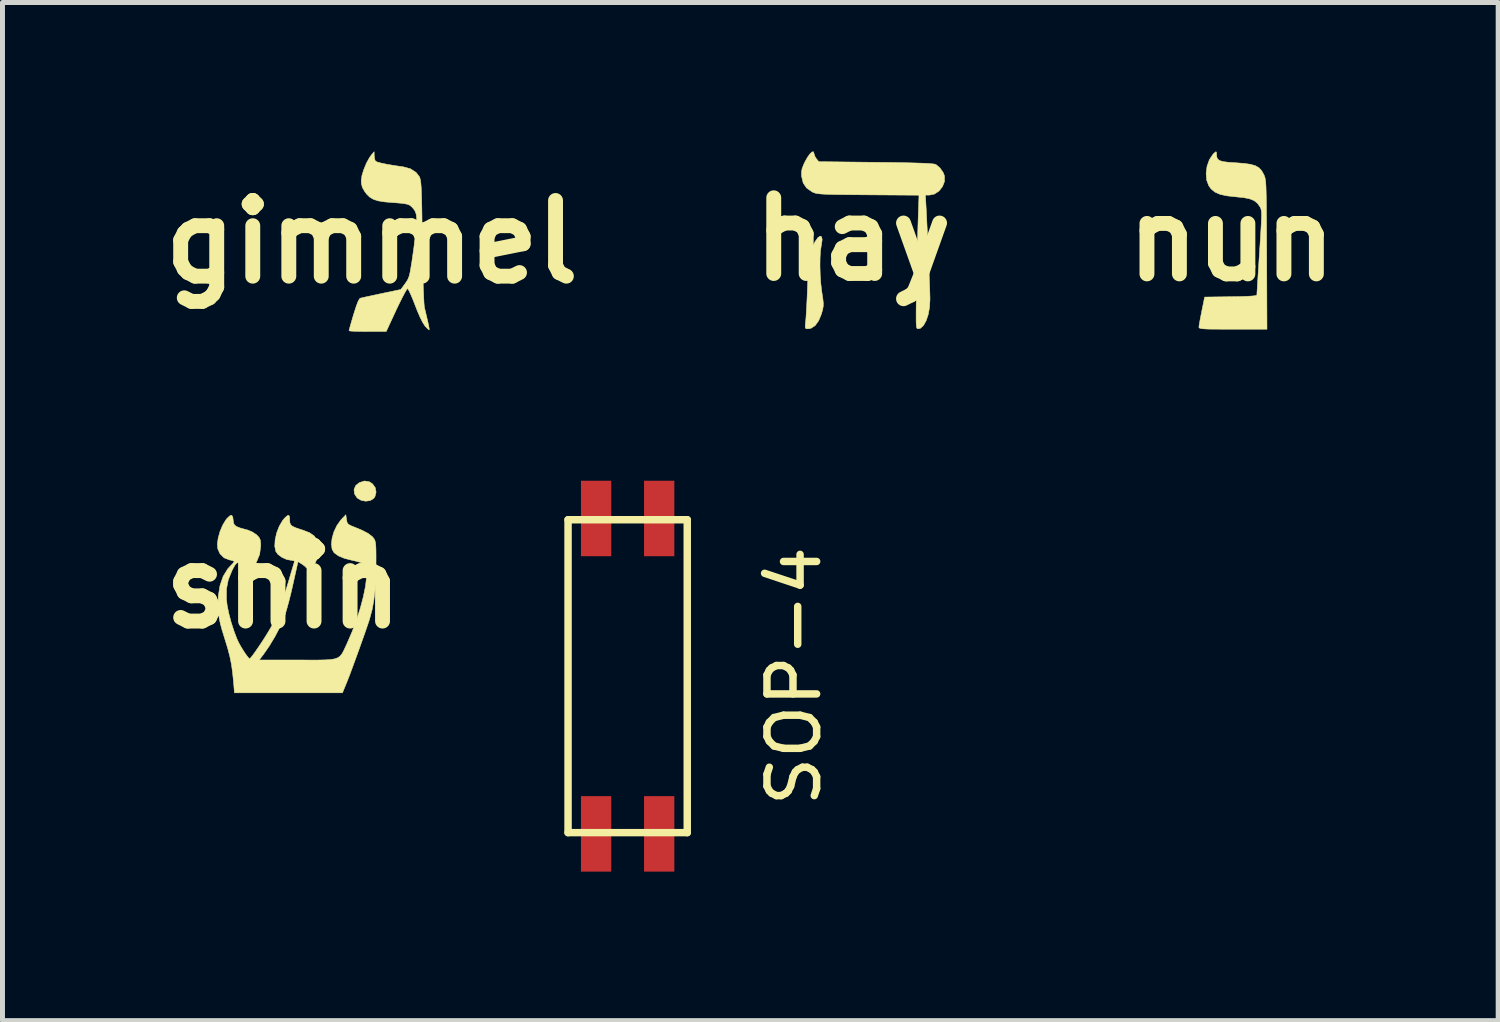
<source format=kicad_pcb>
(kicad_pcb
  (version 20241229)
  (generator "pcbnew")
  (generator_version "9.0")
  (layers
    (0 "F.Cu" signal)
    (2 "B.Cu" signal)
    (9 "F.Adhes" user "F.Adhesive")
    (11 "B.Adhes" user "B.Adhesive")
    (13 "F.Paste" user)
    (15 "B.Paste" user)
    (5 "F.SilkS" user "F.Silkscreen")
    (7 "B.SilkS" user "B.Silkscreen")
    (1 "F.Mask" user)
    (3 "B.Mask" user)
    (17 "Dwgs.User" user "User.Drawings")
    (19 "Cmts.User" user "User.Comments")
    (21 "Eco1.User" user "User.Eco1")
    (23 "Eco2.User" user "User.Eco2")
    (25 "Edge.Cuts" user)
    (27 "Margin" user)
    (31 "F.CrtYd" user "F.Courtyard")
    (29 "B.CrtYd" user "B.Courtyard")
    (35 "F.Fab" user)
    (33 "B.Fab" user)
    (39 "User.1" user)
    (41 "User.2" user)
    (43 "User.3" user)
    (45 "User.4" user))
  (footprint "nun"
    (layer "F.Cu")
    (at 21.748 1.775)
    (property "Reference" "nun" (at 0 0 0) (layer "F.SilkS") (effects (font (size 1.524 1.524) (thickness 0.3))))
    (attr through_hole)
    (fp_poly (pts (xy -0.306 -1.76) (xy -0.305 -1.723) (xy -0.3 -1.663) (xy -0.28 -1.62) (xy -0.238 -1.59) (xy -0.166 -1.57) (xy -0.058 -1.557) (xy 0.08 -1.548) (xy 0.252 -1.535) (xy 0.382 -1.516) (xy 0.479 -1.488) (xy 0.549 -1.447) (xy 0.602 -1.391) (xy 0.641 -1.322) (xy 0.653 -1.298) (xy 0.663 -1.272) (xy 0.672 -1.243) (xy 0.679 -1.205) (xy 0.685 -1.155) (xy 0.69 -1.087) (xy 0.693 -0.999) (xy 0.696 -0.887) (xy 0.699 -0.745) (xy 0.7 -0.57) (xy 0.702 -0.358) (xy 0.703 -0.104) (xy 0.705 0.195) (xy 0.705 0.298) (xy 0.711 1.803) (xy 0.026 1.803) (xy -0.179 1.803) (xy -0.339 1.802) (xy -0.459 1.801) (xy -0.545 1.797) (xy -0.602 1.792) (xy -0.637 1.785) (xy -0.654 1.776) (xy -0.659 1.764) (xy -0.659 1.759) (xy -0.654 1.717) (xy -0.64 1.637) (xy -0.62 1.532) (xy -0.601 1.435) (xy -0.544 1.156) (xy -0.018 1.149) (xy 0.169 1.146) (xy 0.311 1.141) (xy 0.41 1.135) (xy 0.473 1.128) (xy 0.503 1.118) (xy 0.508 1.111) (xy 0.509 1.079) (xy 0.514 1.002) (xy 0.521 0.887) (xy 0.53 0.74) (xy 0.541 0.568) (xy 0.553 0.376) (xy 0.561 0.248) (xy 0.576 0.021) (xy 0.587 -0.161) (xy 0.595 -0.304) (xy 0.6 -0.413) (xy 0.602 -0.494) (xy 0.6 -0.552) (xy 0.595 -0.593) (xy 0.588 -0.623) (xy 0.577 -0.648) (xy 0.567 -0.665) (xy 0.516 -0.735) (xy 0.451 -0.786) (xy 0.363 -0.822) (xy 0.243 -0.846) (xy 0.083 -0.862) (xy -0.096 -0.882) (xy -0.233 -0.912) (xy -0.336 -0.957) (xy -0.413 -1.02) (xy -0.459 -1.082) (xy -0.503 -1.197) (xy -0.514 -1.333) (xy -0.496 -1.476) (xy -0.449 -1.609) (xy -0.377 -1.718) (xy -0.355 -1.74) (xy -0.319 -1.77) (xy -0.306 -1.76)) (stroke (width 0.01) (type solid)) (fill yes) (layer "F.SilkS")))
  (footprint "shin"
    (layer "F.Cu")
    (at 2.656 8.765)
    (property "Reference" "shin" (at 0 0 0) (layer "F.SilkS") (effects (font (size 1.524 1.524) (thickness 0.3))))
    (attr through_hole)
    (fp_poly (pts (xy 1.729 -2.116) (xy 1.794 -2.073) (xy 1.849 -1.997) (xy 1.866 -1.905) (xy 1.843 -1.816) (xy 1.817 -1.779) (xy 1.748 -1.737) (xy 1.657 -1.724) (xy 1.564 -1.742) (xy 1.487 -1.788) (xy 1.485 -1.79) (xy 1.431 -1.872) (xy 1.422 -1.96) (xy 1.457 -2.04) (xy 1.526 -2.096) (xy 1.632 -2.131) (xy 1.729 -2.116)) (stroke (width 0.01) (type solid)) (fill yes) (layer "F.SilkS"))
    (fp_poly (pts (xy 1.27 -1.355) (xy 1.282 -1.297) (xy 1.307 -1.26) (xy 1.359 -1.231) (xy 1.41 -1.211) (xy 1.582 -1.14) (xy 1.708 -1.074) (xy 1.792 -1.009) (xy 1.814 -0.982) (xy 1.833 -0.954) (xy 1.846 -0.922) (xy 1.855 -0.878) (xy 1.861 -0.814) (xy 1.864 -0.724) (xy 1.865 -0.598) (xy 1.864 -0.429) (xy 1.864 -0.423) (xy 1.858 -0.155) (xy 1.844 0.074) (xy 1.82 0.275) (xy 1.786 0.459) (xy 1.738 0.637) (xy 1.723 0.686) (xy 1.686 0.796) (xy 1.637 0.939) (xy 1.578 1.104) (xy 1.515 1.281) (xy 1.45 1.46) (xy 1.388 1.628) (xy 1.333 1.777) (xy 1.287 1.895) (xy 1.265 1.949) (xy 1.189 2.134) (xy -0.986 2.134) (xy -1.002 1.937) (xy -1.022 1.738) (xy -1.045 1.569) (xy -1.077 1.409) (xy -1.121 1.24) (xy -1.181 1.044) (xy -1.183 1.037) (xy -1.234 0.873) (xy -1.27 0.741) (xy -1.293 0.627) (xy -1.307 0.516) (xy -1.314 0.424) (xy -1.311 0.187) (xy -1.276 -0.028) (xy -1.212 -0.213) (xy -1.119 -0.364) (xy -1.069 -0.418) (xy -1.021 -0.467) (xy -0.993 -0.503) (xy -0.991 -0.51) (xy -1.013 -0.524) (xy -1.068 -0.539) (xy -1.087 -0.542) (xy -1.195 -0.584) (xy -1.277 -0.666) (xy -1.321 -0.764) (xy -1.33 -0.861) (xy -1.313 -0.983) (xy -1.276 -1.115) (xy -1.223 -1.242) (xy -1.159 -1.347) (xy -1.134 -1.378) (xy -1.076 -1.432) (xy -1.04 -1.441) (xy -1.019 -1.403) (xy -1.011 -1.341) (xy -1.003 -1.285) (xy -0.984 -1.245) (xy -0.944 -1.214) (xy -0.874 -1.186) (xy -0.767 -1.156) (xy -0.72 -1.144) (xy -0.63 -1.107) (xy -0.547 -1.053) (xy -0.536 -1.044) (xy -0.49 -0.994) (xy -0.466 -0.945) (xy -0.458 -0.875) (xy -0.457 -0.827) (xy -0.478 -0.655) (xy -0.542 -0.499) (xy -0.601 -0.412) (xy -0.666 -0.326) (xy -0.733 -0.404) (xy -0.808 -0.465) (xy -0.875 -0.488) (xy -0.916 -0.488) (xy -0.948 -0.472) (xy -0.979 -0.432) (xy -1.02 -0.357) (xy -1.034 -0.33) (xy -1.109 -0.145) (xy -1.146 0.042) (xy -1.147 0.245) (xy -1.132 0.375) (xy -1.1 0.533) (xy -1.053 0.711) (xy -0.996 0.889) (xy -0.936 1.047) (xy -0.902 1.12) (xy -0.861 1.195) (xy -0.811 1.277) (xy -0.76 1.354) (xy -0.715 1.414) (xy -0.686 1.446) (xy -0.681 1.448) (xy -0.658 1.428) (xy -0.614 1.373) (xy -0.556 1.292) (xy -0.488 1.193) (xy -0.416 1.085) (xy -0.347 0.977) (xy -0.286 0.876) (xy -0.243 0.802) (xy -0.168 0.653) (xy -0.099 0.496) (xy -0.033 0.321) (xy 0.035 0.117) (xy 0.1 -0.096) (xy 0.138 -0.227) (xy 0.172 -0.342) (xy 0.199 -0.431) (xy 0.216 -0.486) (xy 0.22 -0.496) (xy 0.216 -0.524) (xy 0.171 -0.533) (xy 0.163 -0.533) (xy 0.068 -0.55) (xy -0.028 -0.593) (xy -0.109 -0.652) (xy -0.153 -0.713) (xy -0.174 -0.817) (xy -0.167 -0.945) (xy -0.136 -1.084) (xy -0.084 -1.219) (xy -0.017 -1.334) (xy 0.019 -1.378) (xy 0.076 -1.431) (xy 0.109 -1.441) (xy 0.124 -1.407) (xy 0.127 -1.347) (xy 0.13 -1.291) (xy 0.146 -1.251) (xy 0.182 -1.219) (xy 0.248 -1.189) (xy 0.351 -1.154) (xy 0.388 -1.143) (xy 0.528 -1.089) (xy 0.623 -1.021) (xy 0.681 -0.933) (xy 0.708 -0.816) (xy 0.711 -0.733) (xy 0.693 -0.601) (xy 0.647 -0.496) (xy 0.585 -0.399) (xy 0.538 -0.349) (xy 0.502 -0.34) (xy 0.478 -0.365) (xy 0.44 -0.408) (xy 0.38 -0.454) (xy 0.373 -0.458) (xy 0.294 -0.507) (xy 0.188 -0.031) (xy 0.15 0.134) (xy 0.109 0.297) (xy 0.068 0.446) (xy 0.032 0.567) (xy 0.007 0.64) (xy -0.071 0.813) (xy -0.171 1.004) (xy -0.284 1.191) (xy -0.396 1.353) (xy -0.487 1.473) (xy 0.29 1.473) (xy 0.516 1.474) (xy 0.698 1.474) (xy 0.841 1.471) (xy 0.951 1.464) (xy 1.034 1.45) (xy 1.095 1.428) (xy 1.141 1.396) (xy 1.178 1.35) (xy 1.211 1.291) (xy 1.247 1.214) (xy 1.284 1.134) (xy 1.382 0.907) (xy 1.471 0.67) (xy 1.548 0.431) (xy 1.609 0.201) (xy 1.652 -0.009) (xy 1.674 -0.19) (xy 1.676 -0.258) (xy 1.671 -0.352) (xy 1.652 -0.418) (xy 1.611 -0.464) (xy 1.538 -0.496) (xy 1.425 -0.525) (xy 1.388 -0.533) (xy 1.229 -0.573) (xy 1.111 -0.622) (xy 1.025 -0.683) (xy 1.022 -0.685) (xy 0.98 -0.757) (xy 0.967 -0.859) (xy 0.98 -0.979) (xy 1.017 -1.107) (xy 1.076 -1.232) (xy 1.154 -1.343) (xy 1.176 -1.367) (xy 1.257 -1.451) (xy 1.27 -1.355)) (stroke (width 0.01) (type solid)) (fill yes) (layer "F.SilkS")))
  (footprint "gimmel"
    (layer "F.Cu")
    (at 4.434 1.821)
    (property "Reference" "gimmel" (at 0 0 0) (layer "F.SilkS") (effects (font (size 1.524 1.524) (thickness 0.3))))
    (attr through_hole)
    (fp_poly (pts (xy 0.05 -1.74) (xy 0.058 -1.674) (xy 0.073 -1.63) (xy 0.109 -1.61) (xy 0.192 -1.587) (xy 0.318 -1.561) (xy 0.483 -1.534) (xy 0.636 -1.512) (xy 0.779 -1.473) (xy 0.892 -1.4) (xy 0.958 -1.316) (xy 0.968 -1.293) (xy 0.977 -1.263) (xy 0.985 -1.222) (xy 0.991 -1.165) (xy 0.997 -1.089) (xy 1.001 -0.987) (xy 1.005 -0.856) (xy 1.009 -0.692) (xy 1.012 -0.489) (xy 1.016 -0.244) (xy 1.019 -0.013) (xy 1.023 0.261) (xy 1.028 0.513) (xy 1.033 0.74) (xy 1.039 0.936) (xy 1.046 1.097) (xy 1.052 1.219) (xy 1.058 1.297) (xy 1.062 1.321) (xy 1.083 1.409) (xy 1.109 1.519) (xy 1.128 1.599) (xy 1.146 1.683) (xy 1.157 1.745) (xy 1.158 1.771) (xy 1.138 1.759) (xy 1.097 1.719) (xy 1.074 1.694) (xy 1.032 1.63) (xy 0.978 1.525) (xy 0.919 1.39) (xy 0.874 1.274) (xy 0.827 1.154) (xy 0.784 1.053) (xy 0.749 0.98) (xy 0.726 0.943) (xy 0.721 0.94) (xy 0.702 0.962) (xy 0.666 1.023) (xy 0.617 1.116) (xy 0.558 1.234) (xy 0.493 1.369) (xy 0.492 1.372) (xy 0.292 1.803) (xy -0.083 1.803) (xy -0.214 1.802) (xy -0.325 1.8) (xy -0.407 1.796) (xy -0.452 1.79) (xy -0.457 1.788) (xy -0.45 1.759) (xy -0.432 1.691) (xy -0.404 1.594) (xy -0.37 1.477) (xy -0.364 1.458) (xy -0.315 1.304) (xy -0.275 1.198) (xy -0.243 1.142) (xy -0.231 1.133) (xy -0.193 1.124) (xy -0.115 1.106) (xy -0.006 1.083) (xy 0.123 1.055) (xy 0.197 1.039) (xy 0.585 0.958) (xy 0.674 0.838) (xy 0.706 0.791) (xy 0.732 0.746) (xy 0.752 0.693) (xy 0.77 0.624) (xy 0.787 0.529) (xy 0.808 0.399) (xy 0.824 0.289) (xy 0.857 0.055) (xy 0.882 -0.134) (xy 0.898 -0.284) (xy 0.905 -0.402) (xy 0.904 -0.493) (xy 0.894 -0.563) (xy 0.874 -0.618) (xy 0.845 -0.663) (xy 0.807 -0.704) (xy 0.799 -0.712) (xy 0.767 -0.738) (xy 0.727 -0.756) (xy 0.668 -0.769) (xy 0.582 -0.78) (xy 0.457 -0.79) (xy 0.428 -0.792) (xy 0.258 -0.806) (xy 0.13 -0.827) (xy 0.034 -0.858) (xy -0.04 -0.902) (xy -0.102 -0.963) (xy -0.138 -1.01) (xy -0.189 -1.098) (xy -0.209 -1.183) (xy -0.211 -1.239) (xy -0.196 -1.34) (xy -0.157 -1.464) (xy -0.104 -1.591) (xy -0.042 -1.702) (xy -0.005 -1.753) (xy 0.049 -1.816) (xy 0.05 -1.74)) (stroke (width 0.01) (type solid)) (fill yes) (layer "F.SilkS")))
  (footprint "hay"
    (layer "F.Cu")
    (at 14.125 1.767)
    (property "Reference" "hay" (at 0 0 0) (layer "F.SilkS") (effects (font (size 1.524 1.524) (thickness 0.3))))
    (attr through_hole)
    (fp_poly (pts (xy -0.632 -0.048) (xy -0.622 0.01) (xy -0.636 0.109) (xy -0.639 0.122) (xy -0.655 0.228) (xy -0.664 0.371) (xy -0.666 0.539) (xy -0.661 0.717) (xy -0.649 0.893) (xy -0.63 1.054) (xy -0.626 1.079) (xy -0.608 1.197) (xy -0.599 1.281) (xy -0.6 1.346) (xy -0.61 1.408) (xy -0.631 1.484) (xy -0.636 1.503) (xy -0.692 1.639) (xy -0.763 1.738) (xy -0.847 1.793) (xy -0.907 1.803) (xy -0.943 1.801) (xy -0.96 1.786) (xy -0.963 1.746) (xy -0.956 1.669) (xy -0.954 1.657) (xy -0.948 1.588) (xy -0.941 1.477) (xy -0.933 1.336) (xy -0.925 1.175) (xy -0.918 1.004) (xy -0.917 0.965) (xy -0.907 0.739) (xy -0.894 0.556) (xy -0.878 0.409) (xy -0.858 0.29) (xy -0.831 0.192) (xy -0.796 0.108) (xy -0.762 0.044) (xy -0.706 -0.034) (xy -0.662 -0.063) (xy -0.632 -0.048)) (stroke (width 0.01) (type solid)) (fill yes) (layer "F.SilkS"))
    (fp_poly (pts (xy -0.787 -1.73) (xy -0.772 -1.676) (xy -0.739 -1.622) (xy -0.69 -1.562) (xy 0.461 -1.549) (xy 0.757 -1.546) (xy 1.005 -1.542) (xy 1.209 -1.537) (xy 1.371 -1.532) (xy 1.495 -1.527) (xy 1.584 -1.52) (xy 1.641 -1.513) (xy 1.668 -1.505) (xy 1.75 -1.436) (xy 1.815 -1.343) (xy 1.841 -1.274) (xy 1.841 -1.164) (xy 1.801 -1.06) (xy 1.731 -0.971) (xy 1.638 -0.91) (xy 1.538 -0.889) (xy 1.457 -0.889) (xy 1.465 -0.743) (xy 1.474 -0.587) (xy 1.483 -0.404) (xy 1.493 -0.203) (xy 1.503 0.01) (xy 1.512 0.227) (xy 1.521 0.44) (xy 1.53 0.643) (xy 1.537 0.827) (xy 1.543 0.985) (xy 1.547 1.111) (xy 1.549 1.195) (xy 1.549 1.215) (xy 1.54 1.372) (xy 1.513 1.517) (xy 1.472 1.639) (xy 1.42 1.733) (xy 1.36 1.79) (xy 1.313 1.803) (xy 1.3 1.802) (xy 1.289 1.795) (xy 1.281 1.778) (xy 1.275 1.745) (xy 1.271 1.692) (xy 1.27 1.613) (xy 1.27 1.504) (xy 1.271 1.36) (xy 1.274 1.176) (xy 1.278 0.946) (xy 1.279 0.908) (xy 1.284 0.675) (xy 1.289 0.435) (xy 1.294 0.201) (xy 1.3 -0.019) (xy 1.305 -0.214) (xy 1.31 -0.374) (xy 1.312 -0.437) (xy 1.328 -0.887) (xy 0.302 -0.894) (xy 0.046 -0.896) (xy -0.164 -0.898) (xy -0.334 -0.9) (xy -0.468 -0.903) (xy -0.572 -0.907) (xy -0.65 -0.912) (xy -0.708 -0.918) (xy -0.751 -0.926) (xy -0.783 -0.936) (xy -0.811 -0.948) (xy -0.824 -0.954) (xy -0.935 -1.032) (xy -1.003 -1.131) (xy -1.035 -1.262) (xy -1.036 -1.269) (xy -1.038 -1.35) (xy -1.026 -1.423) (xy -0.994 -1.506) (xy -0.97 -1.556) (xy -0.918 -1.649) (xy -0.869 -1.717) (xy -0.827 -1.757) (xy -0.798 -1.762) (xy -0.787 -1.73)) (stroke (width 0.01) (type solid)) (fill yes) (layer "F.SilkS")))
  (footprint "SOP-4"
    (layer "F.Cu")
    (at 9.587 10.564)
    (property "Reference" "SOP-4" (at 3.35 0 90) (layer "F.SilkS") (effects (font (size 1 1) (thickness 0.15))))
    (attr through_hole)
    (fp_line (start -1.2 -3.15) (end 1.2 -3.15) (stroke (width 0.15) (type solid)) (layer "F.SilkS"))
    (fp_line (start -1.2 3.15) (end -1.2 -3.15) (stroke (width 0.15) (type solid)) (layer "F.SilkS"))
    (fp_line (start 1.2 -3.15) (end 1.2 3.15) (stroke (width 0.15) (type solid)) (layer "F.SilkS"))
    (fp_line (start 1.2 3.15) (end -1.2 3.15) (stroke (width 0.15) (type solid)) (layer "F.SilkS"))
    (pad "1" smd rect (at 0.635 -3.175) (size 0.61 1.52) (layers "F.Cu" "F.Mask" "F.Paste"))
    (pad "2" smd rect (at -0.635 -3.175) (size 0.61 1.52) (layers "F.Cu" "F.Mask" "F.Paste"))
    (pad "3" smd rect (at -0.635 3.175) (size 0.61 1.52) (layers "F.Cu" "F.Mask" "F.Paste"))
    (pad "4" smd rect (at 0.635 3.175) (size 0.61 1.52) (layers "F.Cu" "F.Mask" "F.Paste")))
  (gr_rect
    (start -3 -3)
    (end 27.114 17.499)
    (stroke (width 0.1) (type default))
    (fill no)
    (layer "Edge.Cuts")))
</source>
